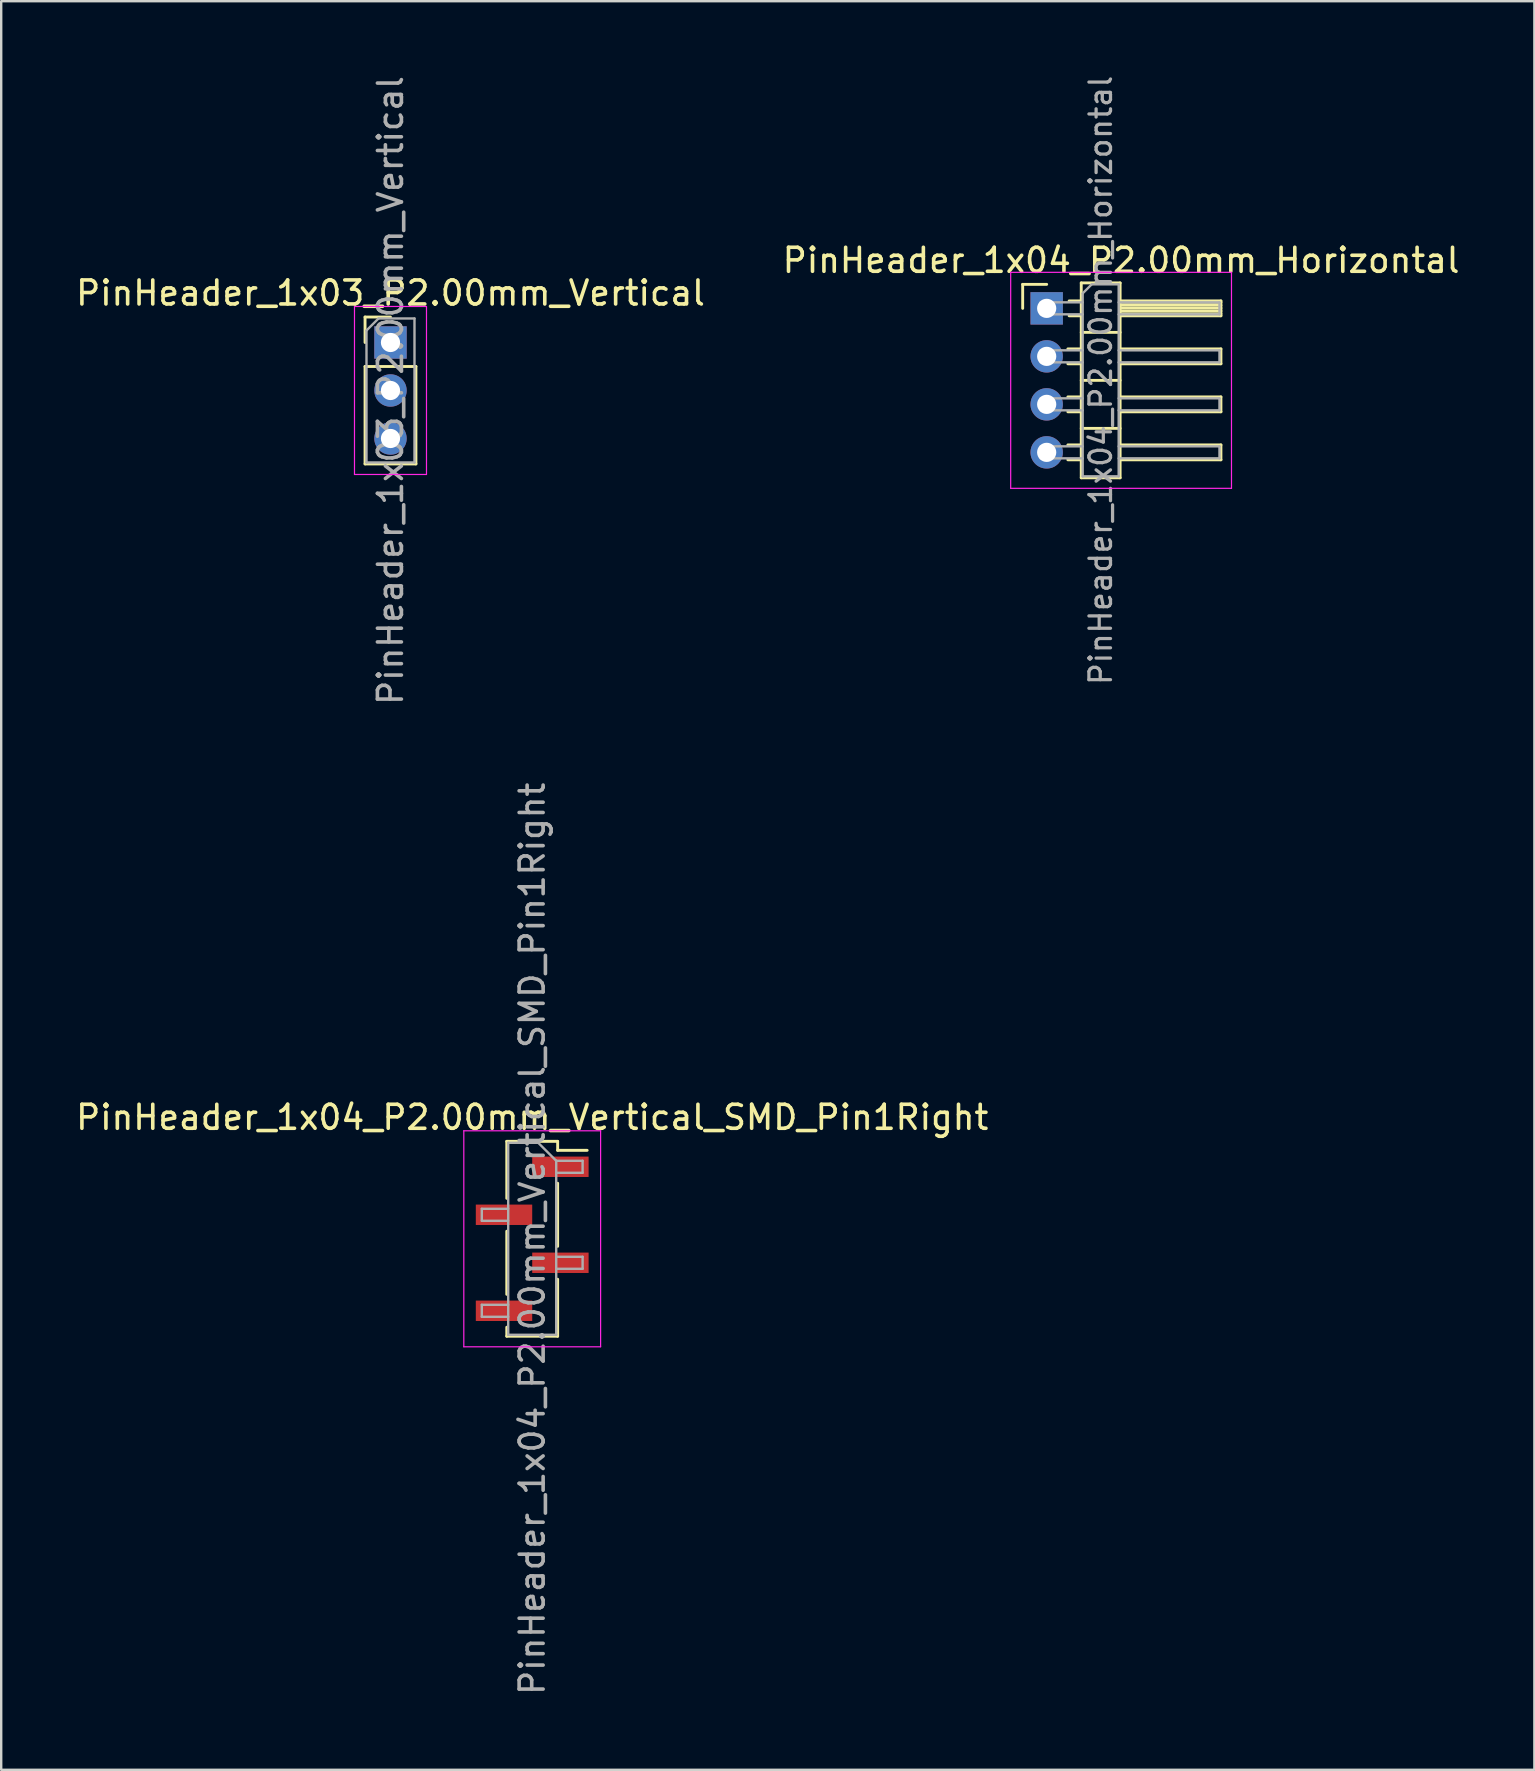
<source format=kicad_pcb>
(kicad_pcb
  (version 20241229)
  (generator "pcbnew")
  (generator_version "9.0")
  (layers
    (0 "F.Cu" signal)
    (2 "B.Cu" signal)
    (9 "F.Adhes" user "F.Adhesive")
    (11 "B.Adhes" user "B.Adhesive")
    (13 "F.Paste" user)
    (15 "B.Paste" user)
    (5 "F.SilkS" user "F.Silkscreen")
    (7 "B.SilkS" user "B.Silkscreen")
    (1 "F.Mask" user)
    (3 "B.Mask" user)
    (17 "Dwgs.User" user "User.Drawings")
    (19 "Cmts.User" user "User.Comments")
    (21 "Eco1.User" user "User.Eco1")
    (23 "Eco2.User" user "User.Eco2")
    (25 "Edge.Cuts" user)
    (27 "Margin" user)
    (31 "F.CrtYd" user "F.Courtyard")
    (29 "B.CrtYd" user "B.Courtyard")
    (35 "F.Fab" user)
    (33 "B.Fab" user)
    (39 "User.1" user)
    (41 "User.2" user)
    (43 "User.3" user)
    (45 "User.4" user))
  (footprint "PinHeader_1x04_P2.00mm_Vertical_SMD_Pin1Right"
    (layer "F.Cu")
    (at 19.125 48.565)
    (property "Reference" "PinHeader_1x04_P2.00mm_Vertical_SMD_Pin1Right" (at 0 -5.06 0) (layer "F.SilkS") (effects (font (size 1 1) (thickness 0.15))))
    (attr smd)
    (fp_line (start -1.06 -4.06) (end -1.06 -1.685) (stroke (width 0.12) (type solid)) (layer "F.SilkS"))
    (fp_line (start -1.06 -4.06) (end 1.06 -4.06) (stroke (width 0.12) (type solid)) (layer "F.SilkS"))
    (fp_line (start -1.06 -0.315) (end -1.06 2.315) (stroke (width 0.12) (type solid)) (layer "F.SilkS"))
    (fp_line (start -1.06 3.685) (end -1.06 4.06) (stroke (width 0.12) (type solid)) (layer "F.SilkS"))
    (fp_line (start -1.06 4.06) (end 1.06 4.06) (stroke (width 0.12) (type solid)) (layer "F.SilkS"))
    (fp_line (start 1.06 -4.06) (end 1.06 -3.685) (stroke (width 0.12) (type solid)) (layer "F.SilkS"))
    (fp_line (start 1.06 -3.685) (end 2.29 -3.685) (stroke (width 0.12) (type solid)) (layer "F.SilkS"))
    (fp_line (start 1.06 -2.315) (end 1.06 0.315) (stroke (width 0.12) (type solid)) (layer "F.SilkS"))
    (fp_line (start 1.06 1.685) (end 1.06 4.06) (stroke (width 0.12) (type solid)) (layer "F.SilkS"))
    (fp_line (start -2.85 -4.5) (end -2.85 4.5) (stroke (width 0.05) (type solid)) (layer "F.CrtYd"))
    (fp_line (start -2.85 4.5) (end 2.85 4.5) (stroke (width 0.05) (type solid)) (layer "F.CrtYd"))
    (fp_line (start 2.85 -4.5) (end -2.85 -4.5) (stroke (width 0.05) (type solid)) (layer "F.CrtYd"))
    (fp_line (start 2.85 4.5) (end 2.85 -4.5) (stroke (width 0.05) (type solid)) (layer "F.CrtYd"))
    (fp_line (start -2.1 -1.25) (end -2.1 -0.75) (stroke (width 0.1) (type solid)) (layer "F.Fab"))
    (fp_line (start -2.1 -0.75) (end -1 -0.75) (stroke (width 0.1) (type solid)) (layer "F.Fab"))
    (fp_line (start -2.1 2.75) (end -2.1 3.25) (stroke (width 0.1) (type solid)) (layer "F.Fab"))
    (fp_line (start -2.1 3.25) (end -1 3.25) (stroke (width 0.1) (type solid)) (layer "F.Fab"))
    (fp_line (start -1 -4) (end -1 4) (stroke (width 0.1) (type solid)) (layer "F.Fab"))
    (fp_line (start -1 -4) (end 0.25 -4) (stroke (width 0.1) (type solid)) (layer "F.Fab"))
    (fp_line (start -1 -1.25) (end -2.1 -1.25) (stroke (width 0.1) (type solid)) (layer "F.Fab"))
    (fp_line (start -1 2.75) (end -2.1 2.75) (stroke (width 0.1) (type solid)) (layer "F.Fab"))
    (fp_line (start 1 -3.25) (end 0.25 -4) (stroke (width 0.1) (type solid)) (layer "F.Fab"))
    (fp_line (start 1 -3.25) (end 2.1 -3.25) (stroke (width 0.1) (type solid)) (layer "F.Fab"))
    (fp_line (start 1 0.75) (end 2.1 0.75) (stroke (width 0.1) (type solid)) (layer "F.Fab"))
    (fp_line (start 1 4) (end -1 4) (stroke (width 0.1) (type solid)) (layer "F.Fab"))
    (fp_line (start 1 4) (end 1 -3.25) (stroke (width 0.1) (type solid)) (layer "F.Fab"))
    (fp_line (start 2.1 -3.25) (end 2.1 -2.75) (stroke (width 0.1) (type solid)) (layer "F.Fab"))
    (fp_line (start 2.1 -2.75) (end 1 -2.75) (stroke (width 0.1) (type solid)) (layer "F.Fab"))
    (fp_line (start 2.1 0.75) (end 2.1 1.25) (stroke (width 0.1) (type solid)) (layer "F.Fab"))
    (fp_line (start 2.1 1.25) (end 1 1.25) (stroke (width 0.1) (type solid)) (layer "F.Fab"))
    (fp_text user "${REFERENCE}" (at 0 0 90) (layer "F.Fab") (effects (font (size 1 1) (thickness 0.15))))
    (pad "1" smd rect (at 1.175 -3) (size 2.35 0.85) (layers "F.Cu" "F.Mask" "F.Paste"))
    (pad "2" smd rect (at -1.175 -1) (size 2.35 0.85) (layers "F.Cu" "F.Mask" "F.Paste"))
    (pad "3" smd rect (at 1.175 1) (size 2.35 0.85) (layers "F.Cu" "F.Mask" "F.Paste"))
    (pad "4" smd rect (at -1.175 3) (size 2.35 0.85) (layers "F.Cu" "F.Mask" "F.Paste")))
  (footprint "PinHeader_1x03_P2.00mm_Vertical"
    (layer "F.Cu")
    (at 13.22 11.22)
    (property "Reference" "PinHeader_1x03_P2.00mm_Vertical" (at 0 -2.06 0) (layer "F.SilkS") (effects (font (size 1 1) (thickness 0.15))))
    (attr through_hole)
    (fp_line (start -1.06 -1.06) (end 0 -1.06) (stroke (width 0.12) (type solid)) (layer "F.SilkS"))
    (fp_line (start -1.06 0) (end -1.06 -1.06) (stroke (width 0.12) (type solid)) (layer "F.SilkS"))
    (fp_line (start -1.06 1) (end -1.06 5.06) (stroke (width 0.12) (type solid)) (layer "F.SilkS"))
    (fp_line (start -1.06 1) (end 1.06 1) (stroke (width 0.12) (type solid)) (layer "F.SilkS"))
    (fp_line (start -1.06 5.06) (end 1.06 5.06) (stroke (width 0.12) (type solid)) (layer "F.SilkS"))
    (fp_line (start 1.06 1) (end 1.06 5.06) (stroke (width 0.12) (type solid)) (layer "F.SilkS"))
    (fp_line (start -1.5 -1.5) (end -1.5 5.5) (stroke (width 0.05) (type solid)) (layer "F.CrtYd"))
    (fp_line (start -1.5 5.5) (end 1.5 5.5) (stroke (width 0.05) (type solid)) (layer "F.CrtYd"))
    (fp_line (start 1.5 -1.5) (end -1.5 -1.5) (stroke (width 0.05) (type solid)) (layer "F.CrtYd"))
    (fp_line (start 1.5 5.5) (end 1.5 -1.5) (stroke (width 0.05) (type solid)) (layer "F.CrtYd"))
    (fp_line (start -1 -0.5) (end -0.5 -1) (stroke (width 0.1) (type solid)) (layer "F.Fab"))
    (fp_line (start -1 5) (end -1 -0.5) (stroke (width 0.1) (type solid)) (layer "F.Fab"))
    (fp_line (start -0.5 -1) (end 1 -1) (stroke (width 0.1) (type solid)) (layer "F.Fab"))
    (fp_line (start 1 -1) (end 1 5) (stroke (width 0.1) (type solid)) (layer "F.Fab"))
    (fp_line (start 1 5) (end -1 5) (stroke (width 0.1) (type solid)) (layer "F.Fab"))
    (fp_text user "${REFERENCE}" (at 0 2 90) (layer "F.Fab") (effects (font (size 1 1) (thickness 0.15))))
    (pad "1" thru_hole rect (at 0 0) (size 1.35 1.35) (drill 0.8) (layers "*.Cu" "*.Mask"))
    (pad "2" thru_hole oval (at 0 2) (size 1.35 1.35) (drill 0.8) (layers "*.Cu" "*.Mask"))
    (pad "3" thru_hole oval (at 0 4) (size 1.35 1.35) (drill 0.8) (layers "*.Cu" "*.Mask")))
  (footprint "PinHeader_1x04_P2.00mm_Horizontal"
    (layer "F.Cu")
    (at 40.561 9.798)
    (property "Reference" "PinHeader_1x04_P2.00mm_Horizontal" (at 3.1 -2 0) (layer "F.SilkS") (effects (font (size 1 1) (thickness 0.15))))
    (attr through_hole)
    (fp_line (start -1 -1) (end 0 -1) (stroke (width 0.12) (type solid)) (layer "F.SilkS"))
    (fp_line (start -1 0) (end -1 -1) (stroke (width 0.12) (type solid)) (layer "F.SilkS"))
    (fp_line (start 0.882 1.69) (end 1.44 1.69) (stroke (width 0.12) (type solid)) (layer "F.SilkS"))
    (fp_line (start 0.882 2.31) (end 1.44 2.31) (stroke (width 0.12) (type solid)) (layer "F.SilkS"))
    (fp_line (start 0.882 3.69) (end 1.44 3.69) (stroke (width 0.12) (type solid)) (layer "F.SilkS"))
    (fp_line (start 0.882 4.31) (end 1.44 4.31) (stroke (width 0.12) (type solid)) (layer "F.SilkS"))
    (fp_line (start 0.882 5.69) (end 1.44 5.69) (stroke (width 0.12) (type solid)) (layer "F.SilkS"))
    (fp_line (start 0.882 6.31) (end 1.44 6.31) (stroke (width 0.12) (type solid)) (layer "F.SilkS"))
    (fp_line (start 0.935 -0.31) (end 1.44 -0.31) (stroke (width 0.12) (type solid)) (layer "F.SilkS"))
    (fp_line (start 0.935 0.31) (end 1.44 0.31) (stroke (width 0.12) (type solid)) (layer "F.SilkS"))
    (fp_line (start 1.44 -1.06) (end 1.44 7.06) (stroke (width 0.12) (type solid)) (layer "F.SilkS"))
    (fp_line (start 1.44 1) (end 3.06 1) (stroke (width 0.12) (type solid)) (layer "F.SilkS"))
    (fp_line (start 1.44 3) (end 3.06 3) (stroke (width 0.12) (type solid)) (layer "F.SilkS"))
    (fp_line (start 1.44 5) (end 3.06 5) (stroke (width 0.12) (type solid)) (layer "F.SilkS"))
    (fp_line (start 1.44 7.06) (end 3.06 7.06) (stroke (width 0.12) (type solid)) (layer "F.SilkS"))
    (fp_line (start 3.06 -1.06) (end 1.44 -1.06) (stroke (width 0.12) (type solid)) (layer "F.SilkS"))
    (fp_line (start 3.06 -0.31) (end 7.26 -0.31) (stroke (width 0.12) (type solid)) (layer "F.SilkS"))
    (fp_line (start 3.06 -0.25) (end 7.26 -0.25) (stroke (width 0.12) (type solid)) (layer "F.SilkS"))
    (fp_line (start 3.06 -0.13) (end 7.26 -0.13) (stroke (width 0.12) (type solid)) (layer "F.SilkS"))
    (fp_line (start 3.06 -0.01) (end 7.26 -0.01) (stroke (width 0.12) (type solid)) (layer "F.SilkS"))
    (fp_line (start 3.06 0.11) (end 7.26 0.11) (stroke (width 0.12) (type solid)) (layer "F.SilkS"))
    (fp_line (start 3.06 0.23) (end 7.26 0.23) (stroke (width 0.12) (type solid)) (layer "F.SilkS"))
    (fp_line (start 3.06 1.69) (end 7.26 1.69) (stroke (width 0.12) (type solid)) (layer "F.SilkS"))
    (fp_line (start 3.06 3.69) (end 7.26 3.69) (stroke (width 0.12) (type solid)) (layer "F.SilkS"))
    (fp_line (start 3.06 5.69) (end 7.26 5.69) (stroke (width 0.12) (type solid)) (layer "F.SilkS"))
    (fp_line (start 3.06 7.06) (end 3.06 -1.06) (stroke (width 0.12) (type solid)) (layer "F.SilkS"))
    (fp_line (start 7.26 -0.31) (end 7.26 0.31) (stroke (width 0.12) (type solid)) (layer "F.SilkS"))
    (fp_line (start 7.26 0.31) (end 3.06 0.31) (stroke (width 0.12) (type solid)) (layer "F.SilkS"))
    (fp_line (start 7.26 1.69) (end 7.26 2.31) (stroke (width 0.12) (type solid)) (layer "F.SilkS"))
    (fp_line (start 7.26 2.31) (end 3.06 2.31) (stroke (width 0.12) (type solid)) (layer "F.SilkS"))
    (fp_line (start 7.26 3.69) (end 7.26 4.31) (stroke (width 0.12) (type solid)) (layer "F.SilkS"))
    (fp_line (start 7.26 4.31) (end 3.06 4.31) (stroke (width 0.12) (type solid)) (layer "F.SilkS"))
    (fp_line (start 7.26 5.69) (end 7.26 6.31) (stroke (width 0.12) (type solid)) (layer "F.SilkS"))
    (fp_line (start 7.26 6.31) (end 3.06 6.31) (stroke (width 0.12) (type solid)) (layer "F.SilkS"))
    (fp_line (start -1.5 -1.5) (end -1.5 7.5) (stroke (width 0.05) (type solid)) (layer "F.CrtYd"))
    (fp_line (start -1.5 7.5) (end 7.7 7.5) (stroke (width 0.05) (type solid)) (layer "F.CrtYd"))
    (fp_line (start 7.7 -1.5) (end -1.5 -1.5) (stroke (width 0.05) (type solid)) (layer "F.CrtYd"))
    (fp_line (start 7.7 7.5) (end 7.7 -1.5) (stroke (width 0.05) (type solid)) (layer "F.CrtYd"))
    (fp_line (start -0.25 -0.25) (end -0.25 0.25) (stroke (width 0.1) (type solid)) (layer "F.Fab"))
    (fp_line (start -0.25 -0.25) (end 1.5 -0.25) (stroke (width 0.1) (type solid)) (layer "F.Fab"))
    (fp_line (start -0.25 0.25) (end 1.5 0.25) (stroke (width 0.1) (type solid)) (layer "F.Fab"))
    (fp_line (start -0.25 1.75) (end -0.25 2.25) (stroke (width 0.1) (type solid)) (layer "F.Fab"))
    (fp_line (start -0.25 1.75) (end 1.5 1.75) (stroke (width 0.1) (type solid)) (layer "F.Fab"))
    (fp_line (start -0.25 2.25) (end 1.5 2.25) (stroke (width 0.1) (type solid)) (layer "F.Fab"))
    (fp_line (start -0.25 3.75) (end -0.25 4.25) (stroke (width 0.1) (type solid)) (layer "F.Fab"))
    (fp_line (start -0.25 3.75) (end 1.5 3.75) (stroke (width 0.1) (type solid)) (layer "F.Fab"))
    (fp_line (start -0.25 4.25) (end 1.5 4.25) (stroke (width 0.1) (type solid)) (layer "F.Fab"))
    (fp_line (start -0.25 5.75) (end -0.25 6.25) (stroke (width 0.1) (type solid)) (layer "F.Fab"))
    (fp_line (start -0.25 5.75) (end 1.5 5.75) (stroke (width 0.1) (type solid)) (layer "F.Fab"))
    (fp_line (start -0.25 6.25) (end 1.5 6.25) (stroke (width 0.1) (type solid)) (layer "F.Fab"))
    (fp_line (start 1.5 -0.625) (end 1.875 -1) (stroke (width 0.1) (type solid)) (layer "F.Fab"))
    (fp_line (start 1.5 7) (end 1.5 -0.625) (stroke (width 0.1) (type solid)) (layer "F.Fab"))
    (fp_line (start 1.875 -1) (end 3 -1) (stroke (width 0.1) (type solid)) (layer "F.Fab"))
    (fp_line (start 3 -1) (end 3 7) (stroke (width 0.1) (type solid)) (layer "F.Fab"))
    (fp_line (start 3 -0.25) (end 7.2 -0.25) (stroke (width 0.1) (type solid)) (layer "F.Fab"))
    (fp_line (start 3 0.25) (end 7.2 0.25) (stroke (width 0.1) (type solid)) (layer "F.Fab"))
    (fp_line (start 3 1.75) (end 7.2 1.75) (stroke (width 0.1) (type solid)) (layer "F.Fab"))
    (fp_line (start 3 2.25) (end 7.2 2.25) (stroke (width 0.1) (type solid)) (layer "F.Fab"))
    (fp_line (start 3 3.75) (end 7.2 3.75) (stroke (width 0.1) (type solid)) (layer "F.Fab"))
    (fp_line (start 3 4.25) (end 7.2 4.25) (stroke (width 0.1) (type solid)) (layer "F.Fab"))
    (fp_line (start 3 5.75) (end 7.2 5.75) (stroke (width 0.1) (type solid)) (layer "F.Fab"))
    (fp_line (start 3 6.25) (end 7.2 6.25) (stroke (width 0.1) (type solid)) (layer "F.Fab"))
    (fp_line (start 3 7) (end 1.5 7) (stroke (width 0.1) (type solid)) (layer "F.Fab"))
    (fp_line (start 7.2 -0.25) (end 7.2 0.25) (stroke (width 0.1) (type solid)) (layer "F.Fab"))
    (fp_line (start 7.2 1.75) (end 7.2 2.25) (stroke (width 0.1) (type solid)) (layer "F.Fab"))
    (fp_line (start 7.2 3.75) (end 7.2 4.25) (stroke (width 0.1) (type solid)) (layer "F.Fab"))
    (fp_line (start 7.2 5.75) (end 7.2 6.25) (stroke (width 0.1) (type solid)) (layer "F.Fab"))
    (fp_text user "${REFERENCE}" (at 2.25 3 90) (layer "F.Fab") (effects (font (size 0.9 0.9) (thickness 0.135))))
    (pad "1" thru_hole rect (at 0 0) (size 1.35 1.35) (drill 0.8) (layers "*.Cu" "*.Mask"))
    (pad "2" thru_hole oval (at 0 2) (size 1.35 1.35) (drill 0.8) (layers "*.Cu" "*.Mask"))
    (pad "3" thru_hole oval (at 0 4) (size 1.35 1.35) (drill 0.8) (layers "*.Cu" "*.Mask"))
    (pad "4" thru_hole oval (at 0 6) (size 1.35 1.35) (drill 0.8) (layers "*.Cu" "*.Mask")))
  (gr_rect
    (start -3 -3)
    (end 60.881 70.69)
    (stroke (width 0.1) (type default))
    (fill no)
    (layer "Edge.Cuts")))
</source>
